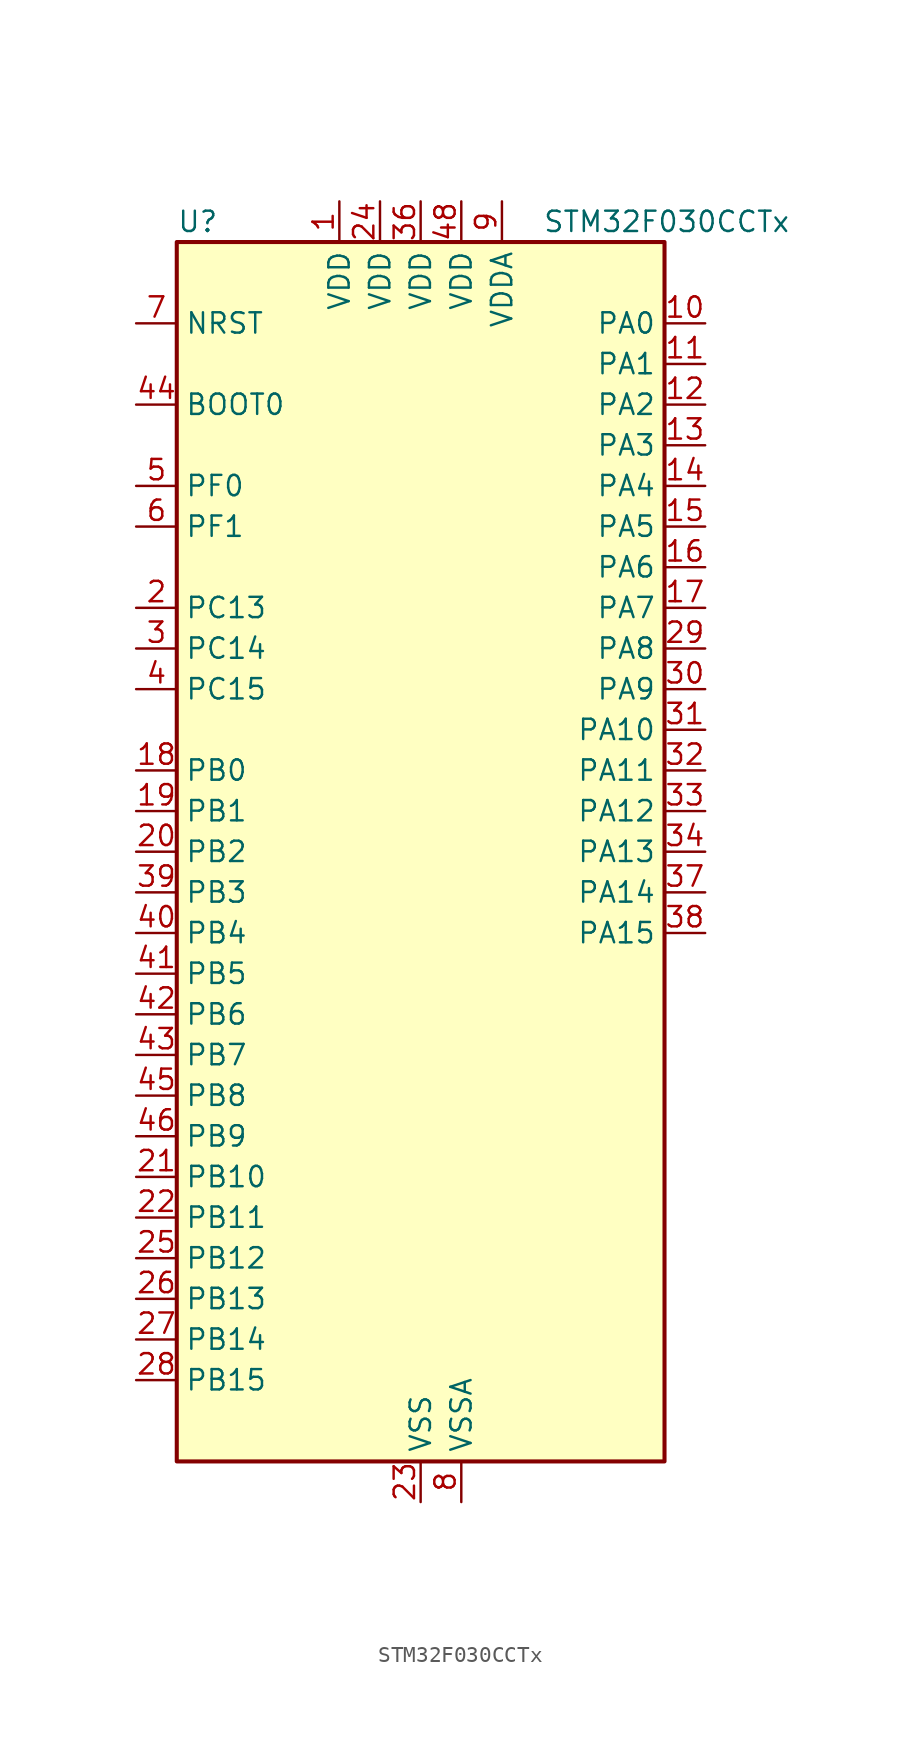
<source format=kicad_sym>
(kicad_symbol_lib
  (version 20241209)
  (generator "kicad_symbol_editor")
  (generator_version "9.0")
  (symbol "STM32F030CCTx"
    (property "Reference" "U"
      (at -15.24 39.37 0)
      (effects (font (size 1.27 1.27)) (justify left)))
    (property "Value" "STM32F030CCTx"
      (at 7.62 39.37 0)
      (effects (font (size 1.27 1.27)) (justify left)))
    (symbol "STM32F030CCTx_0_1"
      (rectangle (start -15.24 -38.1) (end 15.24 38.1) (stroke (width 0.254) (type default)) (fill (type background))))
    (symbol "STM32F030CCTx_1_1"
      (pin input line (at -17.78 33.02 0) (length 2.54) (name "NRST" (effects (font (size 1.27 1.27)))) (number "7" (effects (font (size 1.27 1.27)))))
      (pin input line (at -17.78 27.94 0) (length 2.54) (name "BOOT0" (effects (font (size 1.27 1.27)))) (number "44" (effects (font (size 1.27 1.27)))))
      (pin bidirectional line (at -17.78 22.86 0) (length 2.54) (name "PF0" (effects (font (size 1.27 1.27)))) (number "5" (effects (font (size 1.27 1.27)))) (alternate "I2C1_SDA" bidirectional line) (alternate "RCC_OSC_IN" bidirectional line))
      (pin bidirectional line (at -17.78 20.32 0) (length 2.54) (name "PF1" (effects (font (size 1.27 1.27)))) (number "6" (effects (font (size 1.27 1.27)))) (alternate "I2C1_SCL" bidirectional line) (alternate "RCC_OSC_OUT" bidirectional line))
      (pin bidirectional line (at -17.78 15.24 0) (length 2.54) (name "PC13" (effects (font (size 1.27 1.27)))) (number "2" (effects (font (size 1.27 1.27)))) (alternate "RTC_OUT_ALARM" bidirectional line) (alternate "RTC_OUT_CALIB" bidirectional line) (alternate "RTC_TAMP1" bidirectional line) (alternate "RTC_TS" bidirectional line) (alternate "SYS_WKUP2" bidirectional line))
      (pin bidirectional line (at -17.78 12.7 0) (length 2.54) (name "PC14" (effects (font (size 1.27 1.27)))) (number "3" (effects (font (size 1.27 1.27)))) (alternate "RCC_OSC32_IN" bidirectional line))
      (pin bidirectional line (at -17.78 10.16 0) (length 2.54) (name "PC15" (effects (font (size 1.27 1.27)))) (number "4" (effects (font (size 1.27 1.27)))) (alternate "RCC_OSC32_OUT" bidirectional line))
      (pin bidirectional line (at -17.78 5.08 0) (length 2.54) (name "PB0" (effects (font (size 1.27 1.27)))) (number "18" (effects (font (size 1.27 1.27)))) (alternate "ADC_IN8" bidirectional line) (alternate "TIM1_CH2N" bidirectional line) (alternate "TIM3_CH3" bidirectional line) (alternate "USART3_CK" bidirectional line))
      (pin bidirectional line (at -17.78 2.54 0) (length 2.54) (name "PB1" (effects (font (size 1.27 1.27)))) (number "19" (effects (font (size 1.27 1.27)))) (alternate "ADC_IN9" bidirectional line) (alternate "TIM14_CH1" bidirectional line) (alternate "TIM1_CH3N" bidirectional line) (alternate "TIM3_CH4" bidirectional line) (alternate "USART3_DE" bidirectional line) (alternate "USART3_RTS" bidirectional line))
      (pin bidirectional line (at -17.78 0 0) (length 2.54) (name "PB2" (effects (font (size 1.27 1.27)))) (number "20" (effects (font (size 1.27 1.27)))))
      (pin bidirectional line (at -17.78 -2.54 0) (length 2.54) (name "PB3" (effects (font (size 1.27 1.27)))) (number "39" (effects (font (size 1.27 1.27)))) (alternate "SPI1_SCK" bidirectional line) (alternate "USART5_TX" bidirectional line))
      (pin bidirectional line (at -17.78 -5.08 0) (length 2.54) (name "PB4" (effects (font (size 1.27 1.27)))) (number "40" (effects (font (size 1.27 1.27)))) (alternate "SPI1_MISO" bidirectional line) (alternate "TIM17_BKIN" bidirectional line) (alternate "TIM3_CH1" bidirectional line) (alternate "USART5_RX" bidirectional line))
      (pin bidirectional line (at -17.78 -7.62 0) (length 2.54) (name "PB5" (effects (font (size 1.27 1.27)))) (number "41" (effects (font (size 1.27 1.27)))) (alternate "I2C1_SMBA" bidirectional line) (alternate "SPI1_MOSI" bidirectional line) (alternate "TIM16_BKIN" bidirectional line) (alternate "TIM3_CH2" bidirectional line) (alternate "USART5_CK" bidirectional line) (alternate "USART5_DE" bidirectional line) (alternate "USART5_RTS" bidirectional line))
      (pin bidirectional line (at -17.78 -10.16 0) (length 2.54) (name "PB6" (effects (font (size 1.27 1.27)))) (number "42" (effects (font (size 1.27 1.27)))) (alternate "I2C1_SCL" bidirectional line) (alternate "TIM16_CH1N" bidirectional line) (alternate "USART1_TX" bidirectional line))
      (pin bidirectional line (at -17.78 -12.7 0) (length 2.54) (name "PB7" (effects (font (size 1.27 1.27)))) (number "43" (effects (font (size 1.27 1.27)))) (alternate "I2C1_SDA" bidirectional line) (alternate "TIM17_CH1N" bidirectional line) (alternate "USART1_RX" bidirectional line) (alternate "USART4_CTS" bidirectional line))
      (pin bidirectional line (at -17.78 -15.24 0) (length 2.54) (name "PB8" (effects (font (size 1.27 1.27)))) (number "45" (effects (font (size 1.27 1.27)))) (alternate "I2C1_SCL" bidirectional line) (alternate "TIM16_CH1" bidirectional line))
      (pin bidirectional line (at -17.78 -17.78 0) (length 2.54) (name "PB9" (effects (font (size 1.27 1.27)))) (number "46" (effects (font (size 1.27 1.27)))) (alternate "I2C1_SDA" bidirectional line) (alternate "IR_OUT" bidirectional line) (alternate "SPI2_NSS" bidirectional line) (alternate "TIM17_CH1" bidirectional line))
      (pin bidirectional line (at -17.78 -20.32 0) (length 2.54) (name "PB10" (effects (font (size 1.27 1.27)))) (number "21" (effects (font (size 1.27 1.27)))) (alternate "I2C2_SCL" bidirectional line) (alternate "SPI2_SCK" bidirectional line) (alternate "USART3_TX" bidirectional line))
      (pin bidirectional line (at -17.78 -22.86 0) (length 2.54) (name "PB11" (effects (font (size 1.27 1.27)))) (number "22" (effects (font (size 1.27 1.27)))) (alternate "I2C2_SDA" bidirectional line) (alternate "USART3_RX" bidirectional line))
      (pin bidirectional line (at -17.78 -25.4 0) (length 2.54) (name "PB12" (effects (font (size 1.27 1.27)))) (number "25" (effects (font (size 1.27 1.27)))) (alternate "SPI2_NSS" bidirectional line) (alternate "TIM15_BKIN" bidirectional line) (alternate "TIM1_BKIN" bidirectional line) (alternate "USART3_CK" bidirectional line))
      (pin bidirectional line (at -17.78 -27.94 0) (length 2.54) (name "PB13" (effects (font (size 1.27 1.27)))) (number "26" (effects (font (size 1.27 1.27)))) (alternate "I2C2_SCL" bidirectional line) (alternate "SPI2_SCK" bidirectional line) (alternate "TIM1_CH1N" bidirectional line) (alternate "USART3_CTS" bidirectional line))
      (pin bidirectional line (at -17.78 -30.48 0) (length 2.54) (name "PB14" (effects (font (size 1.27 1.27)))) (number "27" (effects (font (size 1.27 1.27)))) (alternate "I2C2_SDA" bidirectional line) (alternate "SPI2_MISO" bidirectional line) (alternate "TIM15_CH1" bidirectional line) (alternate "TIM1_CH2N" bidirectional line) (alternate "USART3_DE" bidirectional line) (alternate "USART3_RTS" bidirectional line))
      (pin bidirectional line (at -17.78 -33.02 0) (length 2.54) (name "PB15" (effects (font (size 1.27 1.27)))) (number "28" (effects (font (size 1.27 1.27)))) (alternate "RTC_REFIN" bidirectional line) (alternate "SPI2_MOSI" bidirectional line) (alternate "TIM15_CH1N" bidirectional line) (alternate "TIM15_CH2" bidirectional line) (alternate "TIM1_CH3N" bidirectional line))
      (pin power_in line (at -5.08 40.64 270) (length 2.54) (name "VDD" (effects (font (size 1.27 1.27)))) (number "1" (effects (font (size 1.27 1.27)))))
      (pin power_in line (at -2.54 40.64 270) (length 2.54) (name "VDD" (effects (font (size 1.27 1.27)))) (number "24" (effects (font (size 1.27 1.27)))))
      (pin power_in line (at 0 40.64 270) (length 2.54) (name "VDD" (effects (font (size 1.27 1.27)))) (number "36" (effects (font (size 1.27 1.27)))))
      (pin power_in line (at 0 -40.64 90) (length 2.54) (name "VSS" (effects (font (size 1.27 1.27)))) (number "23" (effects (font (size 1.27 1.27)))))
      (pin passive line (at 0 -40.64 90) (length 2.54) (hide yes) (name "VSS" (effects (font (size 1.27 1.27)))) (number "35" (effects (font (size 1.27 1.27)))))
      (pin passive line (at 0 -40.64 90) (length 2.54) (hide yes) (name "VSS" (effects (font (size 1.27 1.27)))) (number "47" (effects (font (size 1.27 1.27)))))
      (pin power_in line (at 2.54 40.64 270) (length 2.54) (name "VDD" (effects (font (size 1.27 1.27)))) (number "48" (effects (font (size 1.27 1.27)))))
      (pin power_in line (at 2.54 -40.64 90) (length 2.54) (name "VSSA" (effects (font (size 1.27 1.27)))) (number "8" (effects (font (size 1.27 1.27)))))
      (pin power_in line (at 5.08 40.64 270) (length 2.54) (name "VDDA" (effects (font (size 1.27 1.27)))) (number "9" (effects (font (size 1.27 1.27)))))
      (pin bidirectional line (at 17.78 33.02 180) (length 2.54) (name "PA0" (effects (font (size 1.27 1.27)))) (number "10" (effects (font (size 1.27 1.27)))) (alternate "ADC_IN0" bidirectional line) (alternate "RTC_TAMP2" bidirectional line) (alternate "SYS_WKUP1" bidirectional line) (alternate "USART2_CTS" bidirectional line) (alternate "USART4_TX" bidirectional line))
      (pin bidirectional line (at 17.78 30.48 180) (length 2.54) (name "PA1" (effects (font (size 1.27 1.27)))) (number "11" (effects (font (size 1.27 1.27)))) (alternate "ADC_IN1" bidirectional line) (alternate "TIM15_CH1N" bidirectional line) (alternate "USART2_DE" bidirectional line) (alternate "USART2_RTS" bidirectional line) (alternate "USART4_RX" bidirectional line))
      (pin bidirectional line (at 17.78 27.94 180) (length 2.54) (name "PA2" (effects (font (size 1.27 1.27)))) (number "12" (effects (font (size 1.27 1.27)))) (alternate "ADC_IN2" bidirectional line) (alternate "TIM15_CH1" bidirectional line) (alternate "USART2_TX" bidirectional line))
      (pin bidirectional line (at 17.78 25.4 180) (length 2.54) (name "PA3" (effects (font (size 1.27 1.27)))) (number "13" (effects (font (size 1.27 1.27)))) (alternate "ADC_IN3" bidirectional line) (alternate "TIM15_CH2" bidirectional line) (alternate "USART2_RX" bidirectional line))
      (pin bidirectional line (at 17.78 22.86 180) (length 2.54) (name "PA4" (effects (font (size 1.27 1.27)))) (number "14" (effects (font (size 1.27 1.27)))) (alternate "ADC_IN4" bidirectional line) (alternate "SPI1_NSS" bidirectional line) (alternate "TIM14_CH1" bidirectional line) (alternate "USART2_CK" bidirectional line) (alternate "USART6_TX" bidirectional line))
      (pin bidirectional line (at 17.78 20.32 180) (length 2.54) (name "PA5" (effects (font (size 1.27 1.27)))) (number "15" (effects (font (size 1.27 1.27)))) (alternate "ADC_IN5" bidirectional line) (alternate "SPI1_SCK" bidirectional line) (alternate "USART6_RX" bidirectional line))
      (pin bidirectional line (at 17.78 17.78 180) (length 2.54) (name "PA6" (effects (font (size 1.27 1.27)))) (number "16" (effects (font (size 1.27 1.27)))) (alternate "ADC_IN6" bidirectional line) (alternate "SPI1_MISO" bidirectional line) (alternate "TIM16_CH1" bidirectional line) (alternate "TIM1_BKIN" bidirectional line) (alternate "TIM3_CH1" bidirectional line) (alternate "USART3_CTS" bidirectional line))
      (pin bidirectional line (at 17.78 15.24 180) (length 2.54) (name "PA7" (effects (font (size 1.27 1.27)))) (number "17" (effects (font (size 1.27 1.27)))) (alternate "ADC_IN7" bidirectional line) (alternate "SPI1_MOSI" bidirectional line) (alternate "TIM14_CH1" bidirectional line) (alternate "TIM17_CH1" bidirectional line) (alternate "TIM1_CH1N" bidirectional line) (alternate "TIM3_CH2" bidirectional line))
      (pin bidirectional line (at 17.78 12.7 180) (length 2.54) (name "PA8" (effects (font (size 1.27 1.27)))) (number "29" (effects (font (size 1.27 1.27)))) (alternate "RCC_MCO" bidirectional line) (alternate "TIM1_CH1" bidirectional line) (alternate "USART1_CK" bidirectional line))
      (pin bidirectional line (at 17.78 10.16 180) (length 2.54) (name "PA9" (effects (font (size 1.27 1.27)))) (number "30" (effects (font (size 1.27 1.27)))) (alternate "I2C1_SCL" bidirectional line) (alternate "RCC_MCO" bidirectional line) (alternate "TIM15_BKIN" bidirectional line) (alternate "TIM1_CH2" bidirectional line) (alternate "USART1_TX" bidirectional line))
      (pin bidirectional line (at 17.78 7.62 180) (length 2.54) (name "PA10" (effects (font (size 1.27 1.27)))) (number "31" (effects (font (size 1.27 1.27)))) (alternate "I2C1_SDA" bidirectional line) (alternate "TIM17_BKIN" bidirectional line) (alternate "TIM1_CH3" bidirectional line) (alternate "USART1_RX" bidirectional line))
      (pin bidirectional line (at 17.78 5.08 180) (length 2.54) (name "PA11" (effects (font (size 1.27 1.27)))) (number "32" (effects (font (size 1.27 1.27)))) (alternate "I2C2_SCL" bidirectional line) (alternate "TIM1_CH4" bidirectional line) (alternate "USART1_CTS" bidirectional line))
      (pin bidirectional line (at 17.78 2.54 180) (length 2.54) (name "PA12" (effects (font (size 1.27 1.27)))) (number "33" (effects (font (size 1.27 1.27)))) (alternate "I2C2_SDA" bidirectional line) (alternate "TIM1_ETR" bidirectional line) (alternate "USART1_DE" bidirectional line) (alternate "USART1_RTS" bidirectional line))
      (pin bidirectional line (at 17.78 0 180) (length 2.54) (name "PA13" (effects (font (size 1.27 1.27)))) (number "34" (effects (font (size 1.27 1.27)))) (alternate "IR_OUT" bidirectional line) (alternate "SYS_SWDIO" bidirectional line))
      (pin bidirectional line (at 17.78 -2.54 180) (length 2.54) (name "PA14" (effects (font (size 1.27 1.27)))) (number "37" (effects (font (size 1.27 1.27)))) (alternate "SYS_SWCLK" bidirectional line) (alternate "USART2_TX" bidirectional line))
      (pin bidirectional line (at 17.78 -5.08 180) (length 2.54) (name "PA15" (effects (font (size 1.27 1.27)))) (number "38" (effects (font (size 1.27 1.27)))) (alternate "SPI1_NSS" bidirectional line) (alternate "USART2_RX" bidirectional line) (alternate "USART4_DE" bidirectional line) (alternate "USART4_RTS" bidirectional line)))))
</source>
